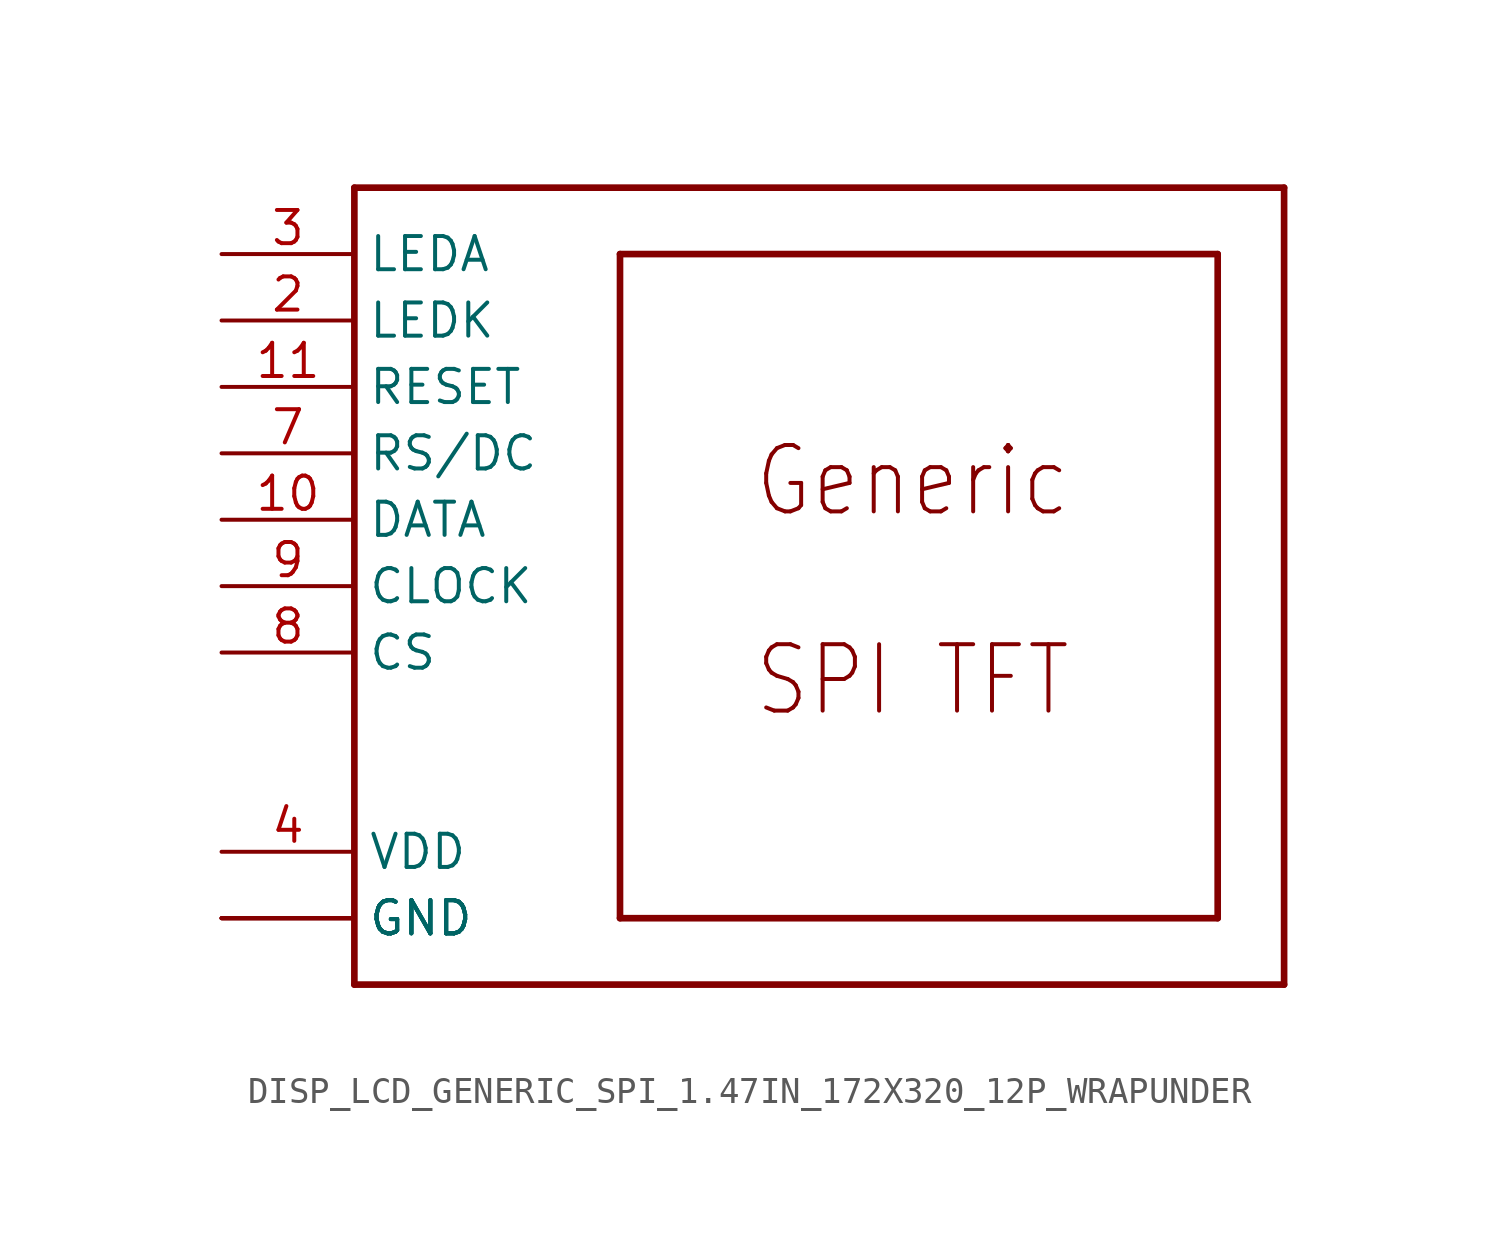
<source format=kicad_sym>
(kicad_symbol_lib
  (version 20220914)
  (generator kicad_symbol_editor)
  (symbol "DISP_LCD_GENERIC_SPI_1.47IN_172X320_12P_WRAPUNDER"
    (property "Reference" "DISP1"
      (at 0 0 0)
      (effects (font (size 1.27 1.27)) hide))
    (property "ki_locked" ""
      (at 0 0 0)
      (effects (font (size 1.27 1.27))))
    (symbol "DISP_LCD_GENERIC_SPI_1.47IN_172X320_12P_WRAPUNDER_1_0"
      (polyline (pts (xy -20.32 -15.24) (xy -20.32 15.24)) (stroke (width 0.254) (type solid)) (fill (type none)))
      (polyline (pts (xy -20.32 15.24) (xy 15.24 15.24)) (stroke (width 0.254) (type solid)) (fill (type none)))
      (polyline (pts (xy -10.16 -12.7) (xy -10.16 12.7)) (stroke (width 0.254) (type solid)) (fill (type none)))
      (polyline (pts (xy -10.16 12.7) (xy 12.7 12.7)) (stroke (width 0.254) (type solid)) (fill (type none)))
      (polyline (pts (xy 12.7 -12.7) (xy -10.16 -12.7)) (stroke (width 0.254) (type solid)) (fill (type none)))
      (polyline (pts (xy 12.7 12.7) (xy 12.7 -12.7)) (stroke (width 0.254) (type solid)) (fill (type none)))
      (polyline (pts (xy 15.24 -15.24) (xy -20.32 -15.24)) (stroke (width 0.254) (type solid)) (fill (type none)))
      (polyline (pts (xy 15.24 15.24) (xy 15.24 -15.24)) (stroke (width 0.254) (type solid)) (fill (type none)))
      (text "Generic" (at -5.08 2.54 0) (effects (font (size 2.54 2.159)) (justify left bottom)))
      (text "SPI TFT" (at -5.08 -5.08 0) (effects (font (size 2.54 2.159)) (justify left bottom)))
      (pin power_in line (at -25.4 -12.7 0) (length 5.08) (name "GND" (effects (font (size 1.27 1.27)))) (number "1" (effects (font (size 0 0)))))
      (pin bidirectional line (at -25.4 2.54 0) (length 5.08) (name "DATA" (effects (font (size 1.27 1.27)))) (number "10" (effects (font (size 1.27 1.27)))))
      (pin input line (at -25.4 7.62 0) (length 5.08) (name "RESET" (effects (font (size 1.27 1.27)))) (number "11" (effects (font (size 1.27 1.27)))))
      (pin power_in line (at -25.4 -12.7 0) (length 5.08) (name "GND" (effects (font (size 1.27 1.27)))) (number "12" (effects (font (size 0 0)))))
      (pin input line (at -25.4 10.16 0) (length 5.08) (name "LEDK" (effects (font (size 1.27 1.27)))) (number "2" (effects (font (size 1.27 1.27)))))
      (pin input line (at -25.4 12.7 0) (length 5.08) (name "LEDA" (effects (font (size 1.27 1.27)))) (number "3" (effects (font (size 1.27 1.27)))))
      (pin power_in line (at -25.4 -10.16 0) (length 5.08) (name "VDD" (effects (font (size 1.27 1.27)))) (number "4" (effects (font (size 1.27 1.27)))))
      (pin power_in line (at -25.4 -12.7 0) (length 5.08) (name "GND" (effects (font (size 1.27 1.27)))) (number "5" (effects (font (size 0 0)))))
      (pin power_in line (at -25.4 -12.7 0) (length 5.08) (name "GND" (effects (font (size 1.27 1.27)))) (number "6" (effects (font (size 0 0)))))
      (pin input line (at -25.4 5.08 0) (length 5.08) (name "RS/DC" (effects (font (size 1.27 1.27)))) (number "7" (effects (font (size 1.27 1.27)))))
      (pin input line (at -25.4 -2.54 0) (length 5.08) (name "CS" (effects (font (size 1.27 1.27)))) (number "8" (effects (font (size 1.27 1.27)))))
      (pin input line (at -25.4 0 0) (length 5.08) (name "CLOCK" (effects (font (size 1.27 1.27)))) (number "9" (effects (font (size 1.27 1.27))))))))
</source>
